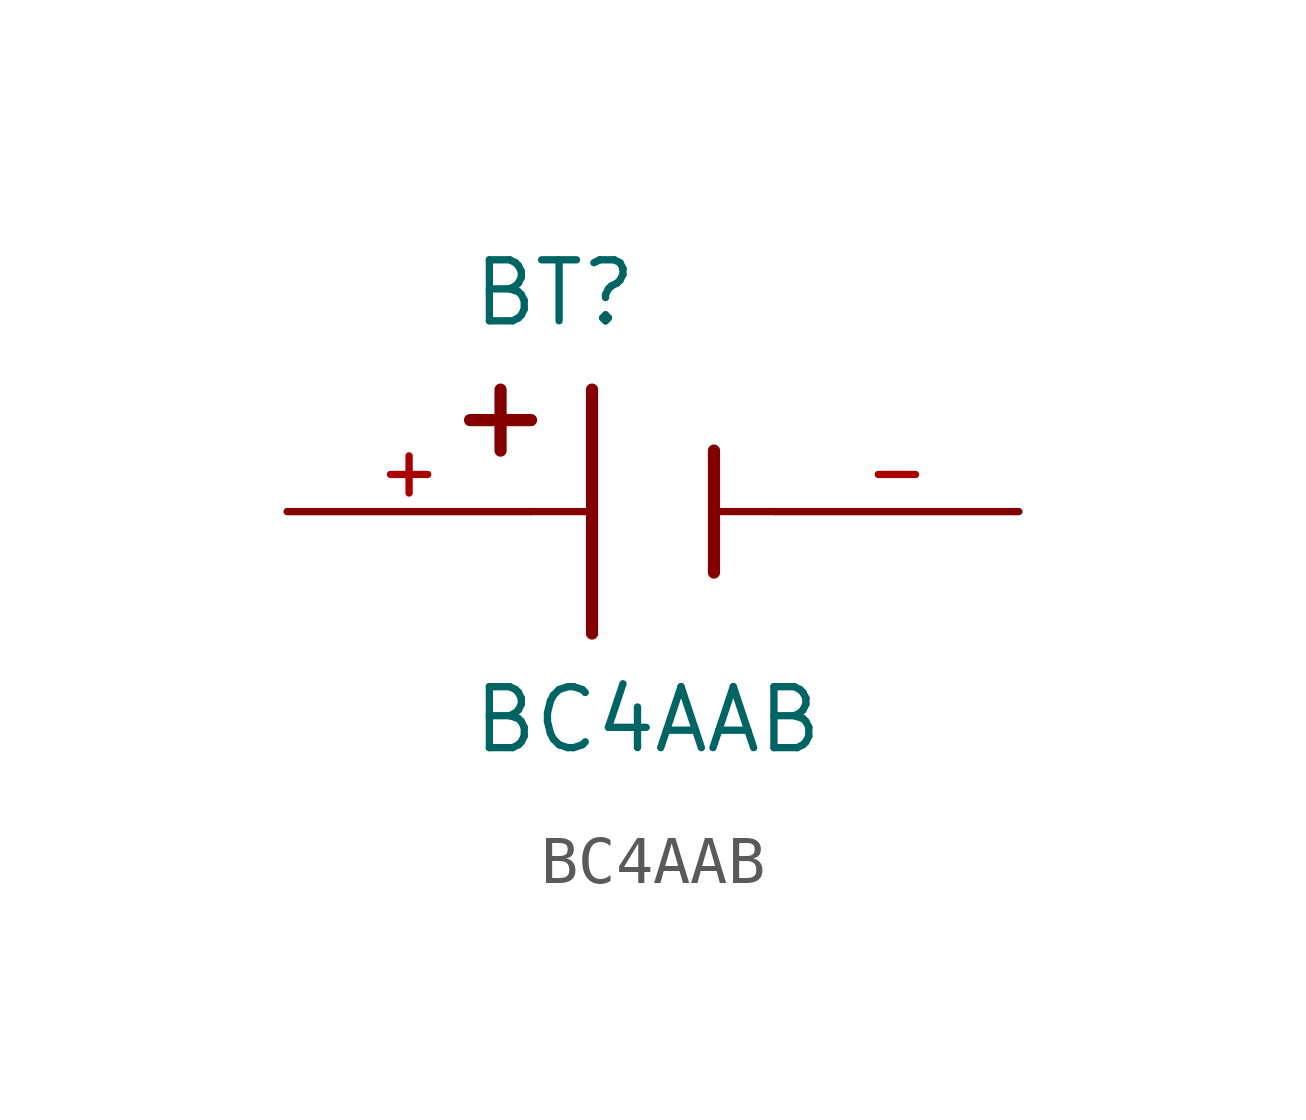
<source format=kicad_sym>
(kicad_symbol_lib
  (version 20211014)
  (generator kicad_symbol_editor)
  (symbol "BC4AAB"
    (pin_names
      (offset 1.016))
    (property "Reference" "BT"
      (at -3.81 3.81 0)
      (effects (font (size 1.27 1.27)) (justify bottom left)))
    (property "Value" "BC4AAB"
      (at -3.81 -5.08 0)
      (effects (font (size 1.27 1.27)) (justify bottom left)))
    (symbol "BC4AAB_0_0"
      (polyline (pts (xy -1.27 2.54) (xy -1.27 0.0)) (stroke (width 0.254)))
      (polyline (pts (xy -1.27 0.0) (xy -1.27 -2.54)) (stroke (width 0.254)))
      (polyline (pts (xy 1.27 1.27) (xy 1.27 0.0)) (stroke (width 0.254)))
      (polyline (pts (xy 1.27 0.0) (xy 1.27 -1.27)) (stroke (width 0.254)))
      (polyline (pts (xy -1.27 0.0) (xy -2.54 0.0)) (stroke (width 0.152)))
      (polyline (pts (xy 1.27 0.0) (xy 2.54 0.0)) (stroke (width 0.152)))
      (polyline (pts (xy -3.175 2.54) (xy -3.175 1.27)) (stroke (width 0.254)))
      (polyline (pts (xy -3.81 1.905) (xy -2.54 1.905)) (stroke (width 0.254)))
      (pin passive line (at -7.62 0.0 0) (length 5.08) (name "~" (effects (font (size 1.016 1.016)))) (number "+" (effects (font (size 1.016 1.016)))))
      (pin passive line (at 7.62 0.0 180.0) (length 5.08) (name "~" (effects (font (size 1.016 1.016)))) (number "-" (effects (font (size 1.016 1.016))))))))
</source>
